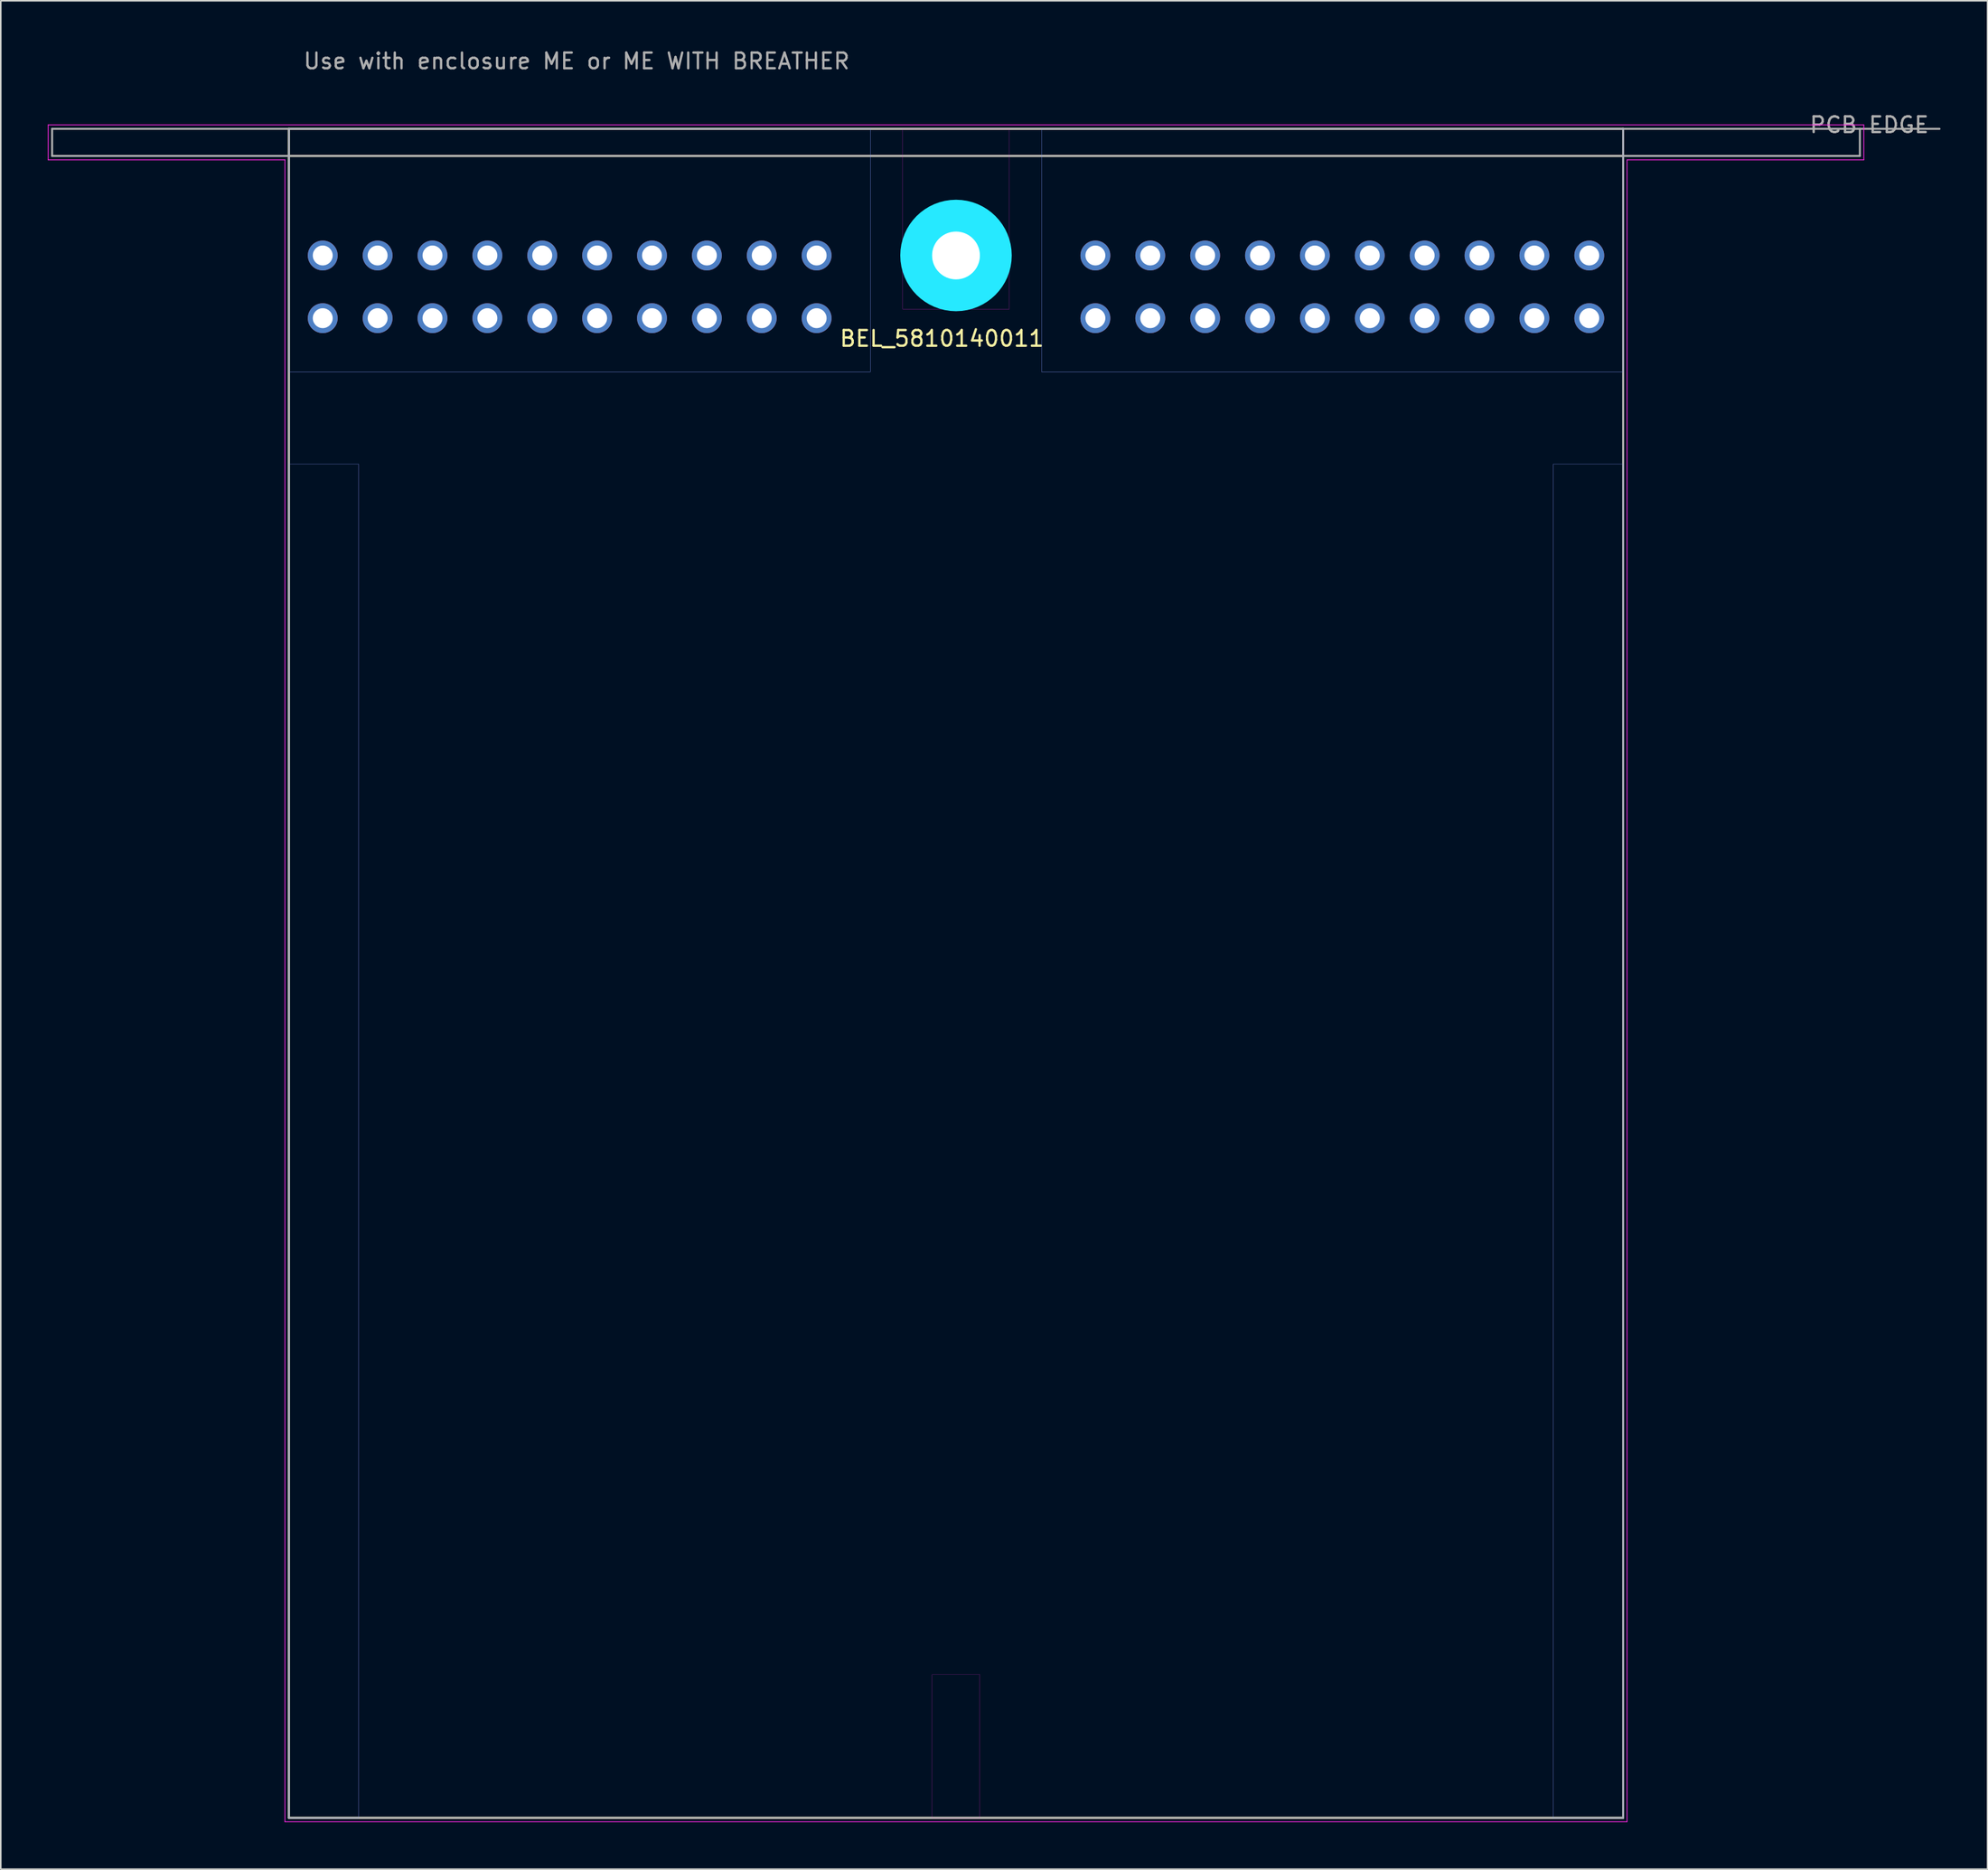
<source format=kicad_pcb>
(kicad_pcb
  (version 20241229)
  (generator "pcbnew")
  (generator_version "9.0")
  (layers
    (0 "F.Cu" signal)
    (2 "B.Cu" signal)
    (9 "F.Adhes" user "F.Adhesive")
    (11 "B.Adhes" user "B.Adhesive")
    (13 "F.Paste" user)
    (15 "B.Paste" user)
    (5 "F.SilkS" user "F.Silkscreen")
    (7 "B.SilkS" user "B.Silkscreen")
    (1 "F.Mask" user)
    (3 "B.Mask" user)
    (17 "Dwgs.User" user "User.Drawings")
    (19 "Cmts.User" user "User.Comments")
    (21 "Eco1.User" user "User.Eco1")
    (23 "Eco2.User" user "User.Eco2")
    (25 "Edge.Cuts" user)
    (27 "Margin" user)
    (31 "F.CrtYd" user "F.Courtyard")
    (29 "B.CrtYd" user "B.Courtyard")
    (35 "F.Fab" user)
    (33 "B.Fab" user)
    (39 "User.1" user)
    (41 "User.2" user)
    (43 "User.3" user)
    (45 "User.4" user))
  (footprint "BEL_5810140011"
    (layer "F.Cu")
    (at 57.925 13.248)
    (property "Reference" "BEL_5810140011" (at -0.9 5.3 0) (layer "F.SilkS") (effects (font (size 1 1) (thickness 0.15))))
    (attr through_hole)
    (fp_line (start -42.55 -8.08) (end 42.55 -8.08) (stroke (width 0.127) (type solid)) (layer "F.SilkS"))
    (fp_line (start -42.55 -6.35) (end 42.55 -6.35) (stroke (width 0.127) (type solid)) (layer "F.SilkS"))
    (fp_line (start -42.55 99.67) (end -42.55 -8.08) (stroke (width 0.127) (type solid)) (layer "F.SilkS"))
    (fp_line (start 42.55 -8.08) (end 42.55 99.67) (stroke (width 0.127) (type solid)) (layer "F.SilkS"))
    (fp_line (start 42.55 99.67) (end -42.55 99.67) (stroke (width 0.127) (type solid)) (layer "F.SilkS"))
    (fp_line (start -42.55 -8.08) (end 42.55 -8.08) (stroke (width 0.01) (type solid)) (layer "Edge.Cuts"))
    (fp_line (start -42.55 99.67) (end -42.55 -8.08) (stroke (width 0.01) (type solid)) (layer "Edge.Cuts"))
    (fp_line (start 42.55 -8.08) (end 42.55 99.67) (stroke (width 0.01) (type solid)) (layer "Edge.Cuts"))
    (fp_line (start 42.55 99.67) (end -42.55 99.67) (stroke (width 0.01) (type solid)) (layer "Edge.Cuts"))
    (fp_circle (center 0 0) (end 1.778 0) (stroke (width 3.555) (type solid)) (fill no) (layer "B.CrtYd"))
    (fp_poly (pts (xy -42.55 -8.08) (xy -5.46 -8.08) (xy -5.46 7.42) (xy -42.55 7.42)) (stroke (width 0.01) (type solid)) (fill no) (layer "B.CrtYd"))
    (fp_poly (pts (xy -42.55 13.31) (xy -38.1 13.31) (xy -38.1 99.67) (xy -42.55 99.67)) (stroke (width 0.01) (type solid)) (fill no) (layer "B.CrtYd"))
    (fp_poly (pts (xy 5.46 -8.08) (xy 42.55 -8.08) (xy 42.55 7.42) (xy 5.46 7.42)) (stroke (width 0.01) (type solid)) (fill no) (layer "B.CrtYd"))
    (fp_poly (pts (xy 38.1 13.31) (xy 42.55 13.31) (xy 42.55 99.67) (xy 38.1 99.67)) (stroke (width 0.01) (type solid)) (fill no) (layer "B.CrtYd"))
    (fp_line (start -57.9 -8.33) (end -57.9 -6.1) (stroke (width 0.05) (type solid)) (layer "F.CrtYd"))
    (fp_line (start -57.9 -6.1) (end -42.8 -6.1) (stroke (width 0.05) (type solid)) (layer "F.CrtYd"))
    (fp_line (start -42.8 -6.1) (end -42.8 99.92) (stroke (width 0.05) (type solid)) (layer "F.CrtYd"))
    (fp_line (start -42.8 99.92) (end 42.8 99.92) (stroke (width 0.05) (type solid)) (layer "F.CrtYd"))
    (fp_line (start 42.8 -6.1) (end 57.9 -6.1) (stroke (width 0.05) (type solid)) (layer "F.CrtYd"))
    (fp_line (start 42.8 99.92) (end 42.8 -6.1) (stroke (width 0.05) (type solid)) (layer "F.CrtYd"))
    (fp_line (start 57.9 -8.33) (end -57.9 -8.33) (stroke (width 0.05) (type solid)) (layer "F.CrtYd"))
    (fp_line (start 57.9 -6.1) (end 57.9 -8.33) (stroke (width 0.05) (type solid)) (layer "F.CrtYd"))
    (fp_poly (pts (xy -42.55 -8.08) (xy -5.46 -8.08) (xy -5.46 7.42) (xy -42.55 7.42)) (stroke (width 0.01) (type solid)) (fill no) (layer "F.CrtYd"))
    (fp_poly (pts (xy -42.55 13.31) (xy -38.1 13.31) (xy -38.1 99.67) (xy -42.55 99.67)) (stroke (width 0.01) (type solid)) (fill no) (layer "F.CrtYd"))
    (fp_poly (pts (xy -3.4 -8.08) (xy 3.4 -8.08) (xy 3.4 3.42) (xy -3.4 3.42)) (stroke (width 0.01) (type solid)) (fill no) (layer "F.CrtYd"))
    (fp_poly (pts (xy -1.52 90.53) (xy 1.52 90.53) (xy 1.52 99.67) (xy -1.52 99.67)) (stroke (width 0.01) (type solid)) (fill no) (layer "F.CrtYd"))
    (fp_poly (pts (xy 5.46 -8.08) (xy 42.55 -8.08) (xy 42.55 7.42) (xy 5.46 7.42)) (stroke (width 0.01) (type solid)) (fill no) (layer "F.CrtYd"))
    (fp_poly (pts (xy 38.1 13.31) (xy 42.55 13.31) (xy 42.55 99.67) (xy 38.1 99.67)) (stroke (width 0.01) (type solid)) (fill no) (layer "F.CrtYd"))
    (fp_line (start -57.65 -8.08) (end -57.65 -6.35) (stroke (width 0.127) (type solid)) (layer "F.Fab"))
    (fp_line (start -57.65 -8.08) (end -42.55 -8.08) (stroke (width 0.127) (type solid)) (layer "F.Fab"))
    (fp_line (start -57.65 -6.35) (end 57.65 -6.35) (stroke (width 0.127) (type solid)) (layer "F.Fab"))
    (fp_line (start -42.55 -8.08) (end 42.55 -8.08) (stroke (width 0.127) (type solid)) (layer "F.Fab"))
    (fp_line (start -42.55 99.67) (end -42.55 -8.08) (stroke (width 0.127) (type solid)) (layer "F.Fab"))
    (fp_line (start 42.55 -8.08) (end 42.55 99.67) (stroke (width 0.127) (type solid)) (layer "F.Fab"))
    (fp_line (start 42.55 -8.08) (end 57.65 -8.08) (stroke (width 0.127) (type solid)) (layer "F.Fab"))
    (fp_line (start 42.55 99.67) (end -42.55 99.67) (stroke (width 0.127) (type solid)) (layer "F.Fab"))
    (fp_line (start 57.65 -8.08) (end 62.73 -8.08) (stroke (width 0.127) (type solid)) (layer "F.Fab"))
    (fp_line (start 57.65 -6.35) (end 57.65 -8.08) (stroke (width 0.127) (type solid)) (layer "F.Fab"))
    (fp_text user "PCB EDGE" (at 58.25 -8.33 0) (layer "F.Fab") (effects (font (size 1 1) (thickness 0.15))))
    (fp_text user "Use with enclosure ME or ME WITH BREATHER" (at -24.2 -12.4 0) (layer "F.Fab") (effects (font (size 1 1) (thickness 0.15))))
    (pad "" np_thru_hole circle (at 0 0) (size 3.05 3.05) (drill 3.05) (layers "*.Cu" "*.Mask"))
    (pad "1_A" thru_hole circle (at 40.39 4) (size 1.905 1.905) (drill 1.27) (layers "*.Cu" "*.Mask"))
    (pad "1_B" thru_hole circle (at -8.89 4) (size 1.905 1.905) (drill 1.27) (layers "*.Cu" "*.Mask"))
    (pad "2_A" thru_hole circle (at 36.89 4) (size 1.905 1.905) (drill 1.27) (layers "*.Cu" "*.Mask"))
    (pad "2_B" thru_hole circle (at -12.39 4) (size 1.905 1.905) (drill 1.27) (layers "*.Cu" "*.Mask"))
    (pad "3_A" thru_hole circle (at 33.39 4) (size 1.905 1.905) (drill 1.27) (layers "*.Cu" "*.Mask"))
    (pad "3_B" thru_hole circle (at -15.89 4) (size 1.905 1.905) (drill 1.27) (layers "*.Cu" "*.Mask"))
    (pad "4_A" thru_hole circle (at 29.89 4) (size 1.905 1.905) (drill 1.27) (layers "*.Cu" "*.Mask"))
    (pad "4_B" thru_hole circle (at -19.39 4) (size 1.905 1.905) (drill 1.27) (layers "*.Cu" "*.Mask"))
    (pad "5_A" thru_hole circle (at 26.39 4) (size 1.905 1.905) (drill 1.27) (layers "*.Cu" "*.Mask"))
    (pad "5_B" thru_hole circle (at -22.89 4) (size 1.905 1.905) (drill 1.27) (layers "*.Cu" "*.Mask"))
    (pad "6_A" thru_hole circle (at 22.89 4) (size 1.905 1.905) (drill 1.27) (layers "*.Cu" "*.Mask"))
    (pad "6_B" thru_hole circle (at -26.39 4) (size 1.905 1.905) (drill 1.27) (layers "*.Cu" "*.Mask"))
    (pad "7_A" thru_hole circle (at 19.39 4) (size 1.905 1.905) (drill 1.27) (layers "*.Cu" "*.Mask"))
    (pad "7_B" thru_hole circle (at -29.89 4) (size 1.905 1.905) (drill 1.27) (layers "*.Cu" "*.Mask"))
    (pad "8_A" thru_hole circle (at 15.89 4) (size 1.905 1.905) (drill 1.27) (layers "*.Cu" "*.Mask"))
    (pad "8_B" thru_hole circle (at -33.39 4) (size 1.905 1.905) (drill 1.27) (layers "*.Cu" "*.Mask"))
    (pad "9_A" thru_hole circle (at 12.39 4) (size 1.905 1.905) (drill 1.27) (layers "*.Cu" "*.Mask"))
    (pad "9_B" thru_hole circle (at -36.89 4) (size 1.905 1.905) (drill 1.27) (layers "*.Cu" "*.Mask"))
    (pad "10_A" thru_hole circle (at 8.89 4) (size 1.905 1.905) (drill 1.27) (layers "*.Cu" "*.Mask"))
    (pad "10_B" thru_hole circle (at -40.39 4) (size 1.905 1.905) (drill 1.27) (layers "*.Cu" "*.Mask"))
    (pad "11_A" thru_hole circle (at 40.39 0) (size 1.905 1.905) (drill 1.27) (layers "*.Cu" "*.Mask"))
    (pad "11_B" thru_hole circle (at -8.89 0) (size 1.905 1.905) (drill 1.27) (layers "*.Cu" "*.Mask"))
    (pad "12_A" thru_hole circle (at 36.89 0) (size 1.905 1.905) (drill 1.27) (layers "*.Cu" "*.Mask"))
    (pad "12_B" thru_hole circle (at -12.39 0) (size 1.905 1.905) (drill 1.27) (layers "*.Cu" "*.Mask"))
    (pad "13_A" thru_hole circle (at 33.39 0) (size 1.905 1.905) (drill 1.27) (layers "*.Cu" "*.Mask"))
    (pad "13_B" thru_hole circle (at -15.89 0) (size 1.905 1.905) (drill 1.27) (layers "*.Cu" "*.Mask"))
    (pad "14_A" thru_hole circle (at 29.89 0) (size 1.905 1.905) (drill 1.27) (layers "*.Cu" "*.Mask"))
    (pad "14_B" thru_hole circle (at -19.39 0) (size 1.905 1.905) (drill 1.27) (layers "*.Cu" "*.Mask"))
    (pad "15_A" thru_hole circle (at 26.39 0) (size 1.905 1.905) (drill 1.27) (layers "*.Cu" "*.Mask"))
    (pad "15_B" thru_hole circle (at -22.89 0) (size 1.905 1.905) (drill 1.27) (layers "*.Cu" "*.Mask"))
    (pad "16_A" thru_hole circle (at 22.89 0) (size 1.905 1.905) (drill 1.27) (layers "*.Cu" "*.Mask"))
    (pad "16_B" thru_hole circle (at -26.39 0) (size 1.905 1.905) (drill 1.27) (layers "*.Cu" "*.Mask"))
    (pad "17_A" thru_hole circle (at 19.39 0) (size 1.905 1.905) (drill 1.27) (layers "*.Cu" "*.Mask"))
    (pad "17_B" thru_hole circle (at -29.89 0) (size 1.905 1.905) (drill 1.27) (layers "*.Cu" "*.Mask"))
    (pad "18_A" thru_hole circle (at 15.89 0) (size 1.905 1.905) (drill 1.27) (layers "*.Cu" "*.Mask"))
    (pad "18_B" thru_hole circle (at -33.39 0) (size 1.905 1.905) (drill 1.27) (layers "*.Cu" "*.Mask"))
    (pad "19_A" thru_hole circle (at 12.39 0) (size 1.905 1.905) (drill 1.27) (layers "*.Cu" "*.Mask"))
    (pad "19_B" thru_hole circle (at -36.89 0) (size 1.905 1.905) (drill 1.27) (layers "*.Cu" "*.Mask"))
    (pad "20_A" thru_hole circle (at 8.89 0) (size 1.905 1.905) (drill 1.27) (layers "*.Cu" "*.Mask"))
    (pad "20_B" thru_hole circle (at -40.39 0) (size 1.905 1.905) (drill 1.27) (layers "*.Cu" "*.Mask"))
    (zone (net_name "") (layer "F.Cu") (hatch full 0.508) (connect_pads) (min_thickness 0.01) (filled_areas_thickness no) (keepout (tracks not_allowed) (vias not_allowed) (pads not_allowed) (copperpour not_allowed) (footprints allowed)) (placement (enabled no)) (fill) (polygon (pts (xy 15.375 26.558) (xy 19.825 26.558) (xy 19.825 112.918) (xy 15.375 112.918))))
    (zone (net_name "") (layer "F.Cu") (hatch full 0.508) (connect_pads) (min_thickness 0.01) (filled_areas_thickness no) (keepout (tracks not_allowed) (vias not_allowed) (pads not_allowed) (copperpour not_allowed) (footprints allowed)) (placement (enabled no)) (fill) (polygon (pts (xy 54.525 5.168) (xy 61.325 5.168) (xy 61.325 16.668) (xy 54.525 16.668))))
    (zone (net_name "") (layer "F.Cu") (hatch full 0.508) (connect_pads) (min_thickness 0.01) (filled_areas_thickness no) (keepout (tracks not_allowed) (vias not_allowed) (pads not_allowed) (copperpour not_allowed) (footprints allowed)) (placement (enabled no)) (fill) (polygon (pts (xy 56.405 103.778) (xy 59.445 103.778) (xy 59.445 112.918) (xy 56.405 112.918))))
    (zone (net_name "") (layer "F.Cu") (hatch full 0.508) (connect_pads) (min_thickness 0.01) (filled_areas_thickness no) (keepout (tracks not_allowed) (vias not_allowed) (pads not_allowed) (copperpour not_allowed) (footprints allowed)) (placement (enabled no)) (fill) (polygon (pts (xy 96.025 26.558) (xy 100.475 26.558) (xy 100.475 112.918) (xy 96.025 112.918))))
    (zone (net_name "") (layers "F.Cu" "B.Cu") (hatch full 0.508) (connect_pads) (min_thickness 0.01) (filled_areas_thickness no) (keepout (tracks allowed) (vias not_allowed) (pads allowed) (copperpour allowed) (footprints allowed)) (placement (enabled no)) (fill) (polygon (pts (xy 15.375 26.558) (xy 19.825 26.558) (xy 19.825 112.918) (xy 15.375 112.918))))
    (zone (net_name "") (layers "F.Cu" "B.Cu") (hatch full 0.508) (connect_pads) (min_thickness 0.01) (filled_areas_thickness no) (keepout (tracks allowed) (vias not_allowed) (pads allowed) (copperpour allowed) (footprints allowed)) (placement (enabled no)) (fill) (polygon (pts (xy 54.525 5.168) (xy 61.325 5.168) (xy 61.325 16.668) (xy 54.525 16.668))))
    (zone (net_name "") (layers "F.Cu" "B.Cu") (hatch full 0.508) (connect_pads) (min_thickness 0.01) (filled_areas_thickness no) (keepout (tracks allowed) (vias not_allowed) (pads allowed) (copperpour allowed) (footprints allowed)) (placement (enabled no)) (fill) (polygon (pts (xy 56.405 103.778) (xy 59.445 103.778) (xy 59.445 112.918) (xy 56.405 112.918))))
    (zone (net_name "") (layers "F.Cu" "B.Cu") (hatch full 0.508) (connect_pads) (min_thickness 0.01) (filled_areas_thickness no) (keepout (tracks allowed) (vias not_allowed) (pads allowed) (copperpour allowed) (footprints allowed)) (placement (enabled no)) (fill) (polygon (pts (xy 96.025 26.558) (xy 100.475 26.558) (xy 100.475 112.918) (xy 96.025 112.918))))
    (zone (net_name "") (layer "B.Cu") (hatch full 0.508) (connect_pads) (min_thickness 0.01) (filled_areas_thickness no) (keepout (tracks not_allowed) (vias not_allowed) (pads not_allowed) (copperpour not_allowed) (footprints allowed)) (placement (enabled no)) (fill) (polygon (pts (xy 15.375 26.558) (xy 19.825 26.558) (xy 19.825 112.918) (xy 15.375 112.918))))
    (zone (net_name "") (layer "B.Cu") (hatch full 0.508) (connect_pads) (min_thickness 0.01) (filled_areas_thickness no) (keepout (tracks not_allowed) (vias not_allowed) (pads not_allowed) (copperpour not_allowed) (footprints allowed)) (placement (enabled no)) (fill) (polygon (pts (xy 96.025 26.558) (xy 100.475 26.558) (xy 100.475 112.918) (xy 96.025 112.918))))
    (zone (net_name "") (layer "B.Cu") (hatch full 0.508) (connect_pads) (min_thickness 3.555) (filled_areas_thickness no) (keepout (tracks not_allowed) (vias not_allowed) (pads not_allowed) (copperpour not_allowed) (footprints allowed)) (placement (enabled no)) (fill) (polygon (pts (xy 61.48 13.248) (xy 61.463 13.597) (xy 61.412 13.942) (xy 61.327 14.28) (xy 61.209 14.609) (xy 61.06 14.924) (xy 60.881 15.223) (xy 60.673 15.504) (xy 60.439 15.762) (xy 60.18 15.996) (xy 59.9 16.204) (xy 59.601 16.383) (xy 59.285 16.533) (xy 58.957 16.65) (xy 58.619 16.735) (xy 58.273 16.786) (xy 57.925 16.803) (xy 57.577 16.786) (xy 57.231 16.735) (xy 56.893 16.65) (xy 56.565 16.533) (xy 56.249 16.383) (xy 55.95 16.204) (xy 55.67 15.996) (xy 55.411 15.762) (xy 55.177 15.504) (xy 54.969 15.223) (xy 54.79 14.924) (xy 54.641 14.609) (xy 54.523 14.28) (xy 54.438 13.942) (xy 54.387 13.597) (xy 54.37 13.248) (xy 54.387 12.9) (xy 54.438 12.555) (xy 54.523 12.216) (xy 54.641 11.888) (xy 54.79 11.572) (xy 54.969 11.273) (xy 55.177 10.993) (xy 55.411 10.734) (xy 55.67 10.5) (xy 55.95 10.292) (xy 56.249 10.113) (xy 56.565 9.964) (xy 56.893 9.846) (xy 57.231 9.762) (xy 57.577 9.71) (xy 57.925 9.693) (xy 58.273 9.71) (xy 58.619 9.762) (xy 58.957 9.846) (xy 59.285 9.964) (xy 59.601 10.113) (xy 59.9 10.292) (xy 60.18 10.5) (xy 60.439 10.734) (xy 60.673 10.993) (xy 60.881 11.273) (xy 61.06 11.572) (xy 61.209 11.888) (xy 61.327 12.216) (xy 61.412 12.555) (xy 61.463 12.9)))))
  (gr_rect
    (start -3 -3)
    (end 123.719 116.193)
    (stroke (width 0.1) (type default))
    (fill no)
    (layer "Edge.Cuts")))
</source>
